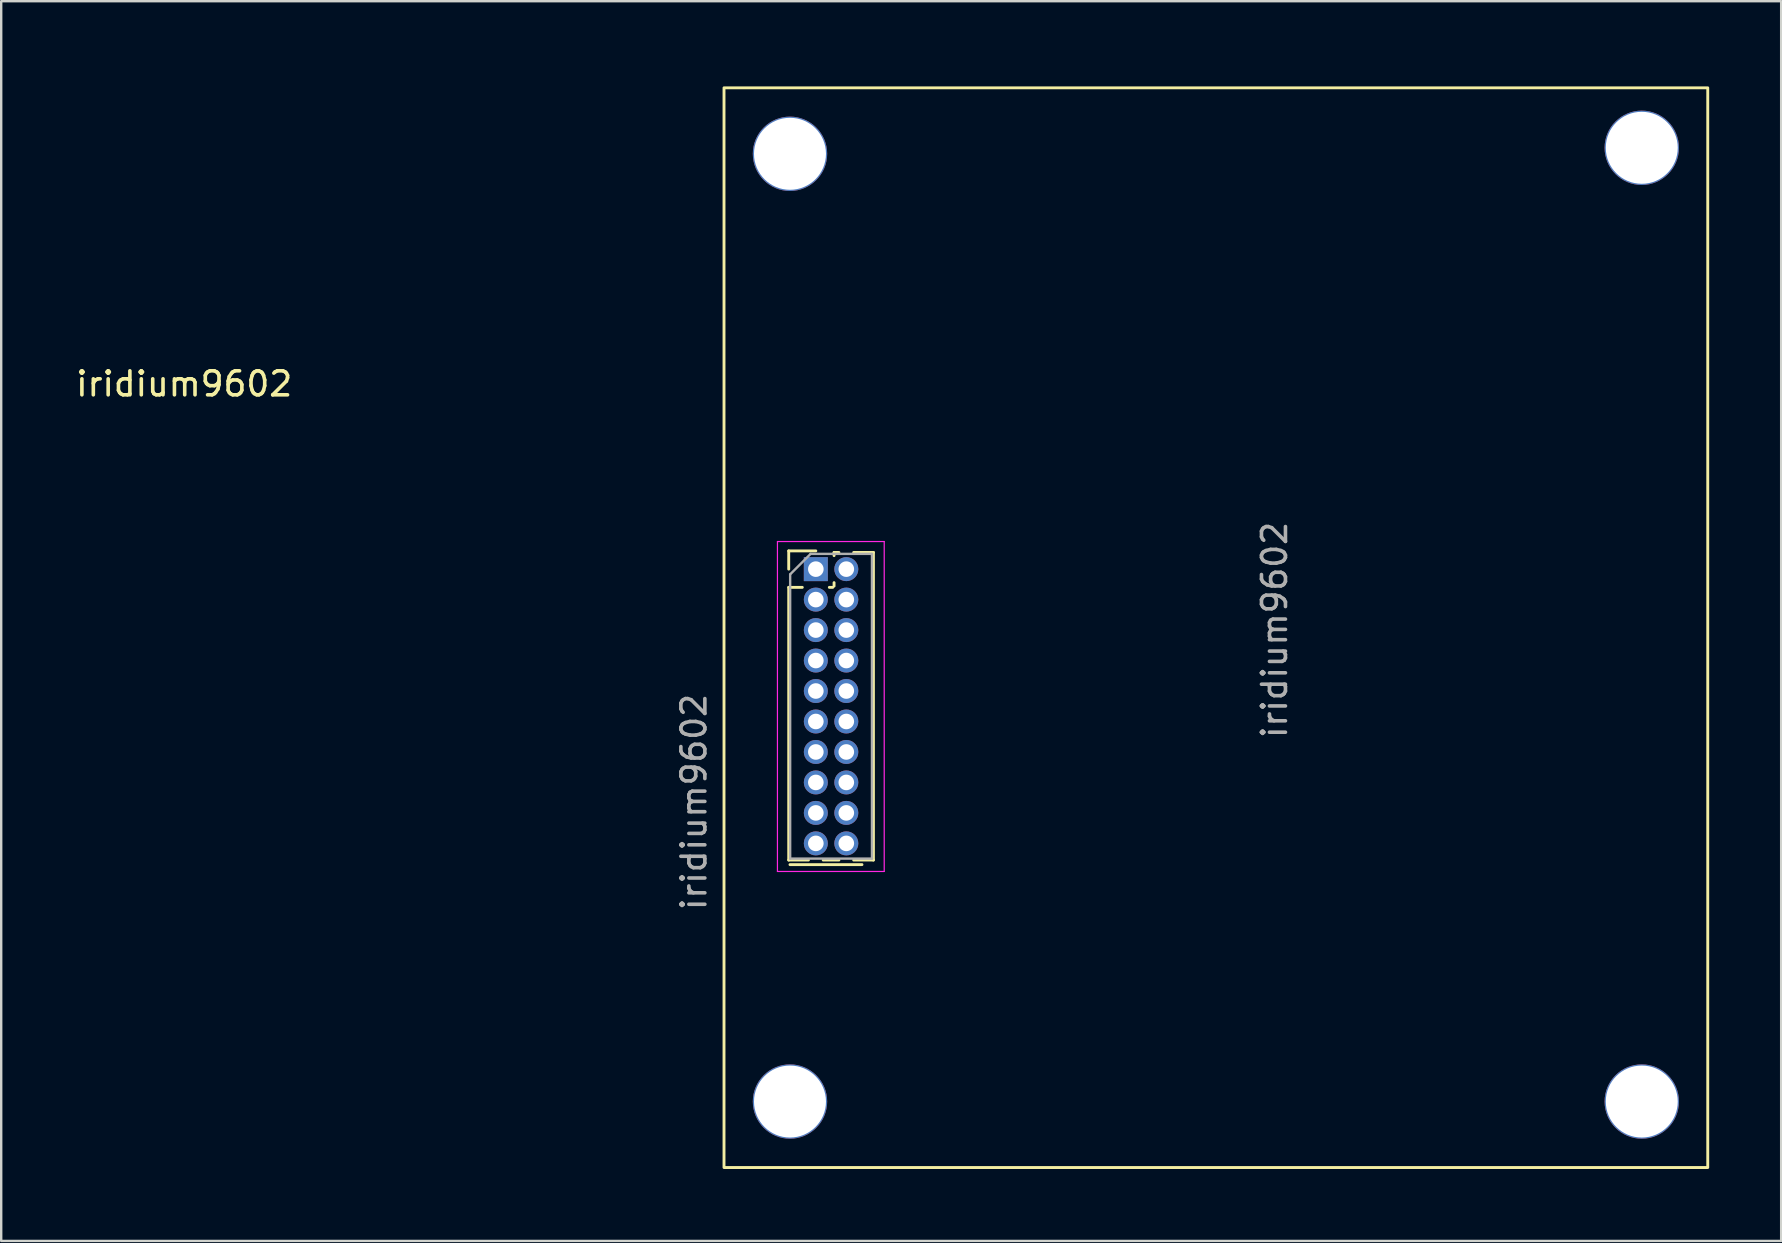
<source format=kicad_pcb>
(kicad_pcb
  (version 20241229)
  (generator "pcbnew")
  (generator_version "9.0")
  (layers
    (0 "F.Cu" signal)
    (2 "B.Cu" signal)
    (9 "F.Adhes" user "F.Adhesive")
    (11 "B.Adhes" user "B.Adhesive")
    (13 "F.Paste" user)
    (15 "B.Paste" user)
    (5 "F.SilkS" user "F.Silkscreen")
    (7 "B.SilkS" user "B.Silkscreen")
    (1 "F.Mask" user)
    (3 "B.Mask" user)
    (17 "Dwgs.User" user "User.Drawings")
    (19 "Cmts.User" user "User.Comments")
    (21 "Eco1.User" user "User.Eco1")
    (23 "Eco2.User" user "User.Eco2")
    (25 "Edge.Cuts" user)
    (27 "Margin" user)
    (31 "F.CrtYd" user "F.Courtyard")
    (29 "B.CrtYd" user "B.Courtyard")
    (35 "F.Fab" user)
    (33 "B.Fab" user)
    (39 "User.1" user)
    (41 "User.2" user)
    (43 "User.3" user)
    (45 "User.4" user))
  (footprint "iridium9602"
    (layer "F.Cu")
    (at 27.485 0.25)
    (property "Reference" "iridium9602" (at -22.86 12.7 0) (unlocked yes) (layer "F.SilkS") (effects (font (size 1 1) (thickness 0.15))))
    (attr smd)
    (fp_line (start 2.337 19.66) (end 3.467 19.66) (stroke (width 0.12) (type solid)) (layer "F.SilkS"))
    (fp_line (start 2.337 20.42) (end 2.337 19.66) (stroke (width 0.12) (type solid)) (layer "F.SilkS"))
    (fp_line (start 2.337 21.18) (end 2.337 32.545) (stroke (width 0.12) (type solid)) (layer "F.SilkS"))
    (fp_line (start 2.337 21.18) (end 2.903 21.18) (stroke (width 0.12) (type solid)) (layer "F.SilkS"))
    (fp_line (start 2.337 32.545) (end 3.159 32.545) (stroke (width 0.12) (type solid)) (layer "F.SilkS"))
    (fp_line (start 2.39 32.735) (end 5.39 32.735) (stroke (width 0.12) (type solid)) (layer "F.SilkS"))
    (fp_line (start 3.774 32.545) (end 4.429 32.545) (stroke (width 0.12) (type solid)) (layer "F.SilkS"))
    (fp_line (start 4.03 21.18) (end 4.173 21.18) (stroke (width 0.12) (type solid)) (layer "F.SilkS"))
    (fp_line (start 4.227 19.725) (end 4.429 19.725) (stroke (width 0.12) (type solid)) (layer "F.SilkS"))
    (fp_line (start 4.227 19.857) (end 4.227 19.725) (stroke (width 0.12) (type solid)) (layer "F.SilkS"))
    (fp_line (start 4.227 21.127) (end 4.227 20.983) (stroke (width 0.12) (type solid)) (layer "F.SilkS"))
    (fp_line (start 5.044 19.725) (end 5.867 19.725) (stroke (width 0.12) (type solid)) (layer "F.SilkS"))
    (fp_line (start 5.044 32.545) (end 5.867 32.545) (stroke (width 0.12) (type solid)) (layer "F.SilkS"))
    (fp_line (start 5.867 19.725) (end 5.867 32.545) (stroke (width 0.12) (type solid)) (layer "F.SilkS"))
    (fp_rect (start -0.36 45.36) (end 40.64 0.36) (stroke (width 0.12) (type solid)) (fill no) (layer "F.SilkS"))
    (fp_line (start 1.867 19.27) (end 1.867 33.02) (stroke (width 0.05) (type solid)) (layer "F.CrtYd"))
    (fp_line (start 1.867 33.02) (end 6.317 33.02) (stroke (width 0.05) (type solid)) (layer "F.CrtYd"))
    (fp_line (start 6.317 19.27) (end 1.867 19.27) (stroke (width 0.05) (type solid)) (layer "F.CrtYd"))
    (fp_line (start 6.317 33.02) (end 6.317 19.27) (stroke (width 0.05) (type solid)) (layer "F.CrtYd"))
    (fp_line (start 2.397 20.637) (end 3.249 19.785) (stroke (width 0.1) (type solid)) (layer "F.Fab"))
    (fp_line (start 2.397 32.485) (end 2.397 20.637) (stroke (width 0.1) (type solid)) (layer "F.Fab"))
    (fp_line (start 3.249 19.785) (end 5.807 19.785) (stroke (width 0.1) (type solid)) (layer "F.Fab"))
    (fp_line (start 5.807 19.785) (end 5.807 32.485) (stroke (width 0.1) (type solid)) (layer "F.Fab"))
    (fp_line (start 5.807 32.485) (end 2.397 32.485) (stroke (width 0.1) (type solid)) (layer "F.Fab"))
    (fp_text user "${REFERENCE}" (at -1.613 30.125 90) (layer "F.Fab") (effects (font (size 1 1) (thickness 0.15))))
    (fp_text user "${REFERENCE}" (at 22.585 22.955 90) (layer "F.Fab") (effects (font (size 1 1) (thickness 0.15))))
    (pad "" np_thru_hole circle (at 2.39 3.11 90) (size 3.1 3.1) (drill 3) (layers "*.Cu" "*.Mask"))
    (pad "" np_thru_hole circle (at 2.39 42.61 90) (size 3.1 3.1) (drill 3) (layers "*.Cu" "*.Mask"))
    (pad "" np_thru_hole circle (at 37.89 2.86 90) (size 3.1 3.1) (drill 3) (layers "*.Cu" "*.Mask"))
    (pad "" np_thru_hole circle (at 37.89 42.61 90) (size 3.1 3.1) (drill 3) (layers "*.Cu" "*.Mask"))
    (pad "1" thru_hole rect (at 3.467 20.42) (size 1 1) (drill 0.65) (layers "*.Cu" "*.Mask"))
    (pad "2" thru_hole oval (at 4.737 20.42) (size 1 1) (drill 0.65) (layers "*.Cu" "*.Mask"))
    (pad "3" thru_hole oval (at 3.467 21.69) (size 1 1) (drill 0.65) (layers "*.Cu" "*.Mask"))
    (pad "4" thru_hole oval (at 4.737 21.69) (size 1 1) (drill 0.65) (layers "*.Cu" "*.Mask"))
    (pad "5" thru_hole oval (at 3.467 22.96) (size 1 1) (drill 0.65) (layers "*.Cu" "*.Mask"))
    (pad "6" thru_hole oval (at 4.737 22.96) (size 1 1) (drill 0.65) (layers "*.Cu" "*.Mask"))
    (pad "7" thru_hole oval (at 3.467 24.23) (size 1 1) (drill 0.65) (layers "*.Cu" "*.Mask"))
    (pad "8" thru_hole oval (at 4.737 24.23) (size 1 1) (drill 0.65) (layers "*.Cu" "*.Mask"))
    (pad "9" thru_hole oval (at 3.467 25.5) (size 1 1) (drill 0.65) (layers "*.Cu" "*.Mask"))
    (pad "10" thru_hole oval (at 4.737 25.5) (size 1 1) (drill 0.65) (layers "*.Cu" "*.Mask"))
    (pad "11" thru_hole oval (at 3.467 26.77) (size 1 1) (drill 0.65) (layers "*.Cu" "*.Mask"))
    (pad "12" thru_hole oval (at 4.737 26.77) (size 1 1) (drill 0.65) (layers "*.Cu" "*.Mask"))
    (pad "13" thru_hole oval (at 3.467 28.04) (size 1 1) (drill 0.65) (layers "*.Cu" "*.Mask"))
    (pad "14" thru_hole oval (at 4.737 28.04) (size 1 1) (drill 0.65) (layers "*.Cu" "*.Mask"))
    (pad "15" thru_hole oval (at 3.467 29.31) (size 1 1) (drill 0.65) (layers "*.Cu" "*.Mask"))
    (pad "16" thru_hole oval (at 4.737 29.31) (size 1 1) (drill 0.65) (layers "*.Cu" "*.Mask"))
    (pad "17" thru_hole oval (at 3.467 30.58) (size 1 1) (drill 0.65) (layers "*.Cu" "*.Mask"))
    (pad "18" thru_hole oval (at 4.737 30.58) (size 1 1) (drill 0.65) (layers "*.Cu" "*.Mask"))
    (pad "19" thru_hole oval (at 3.467 31.85) (size 1 1) (drill 0.65) (layers "*.Cu" "*.Mask"))
    (pad "20" thru_hole oval (at 4.737 31.85) (size 1 1) (drill 0.65) (layers "*.Cu" "*.Mask")))
  (gr_rect
    (start -3 -3)
    (end 71.185 48.67)
    (stroke (width 0.1) (type default))
    (fill no)
    (layer "Edge.Cuts")))
</source>
